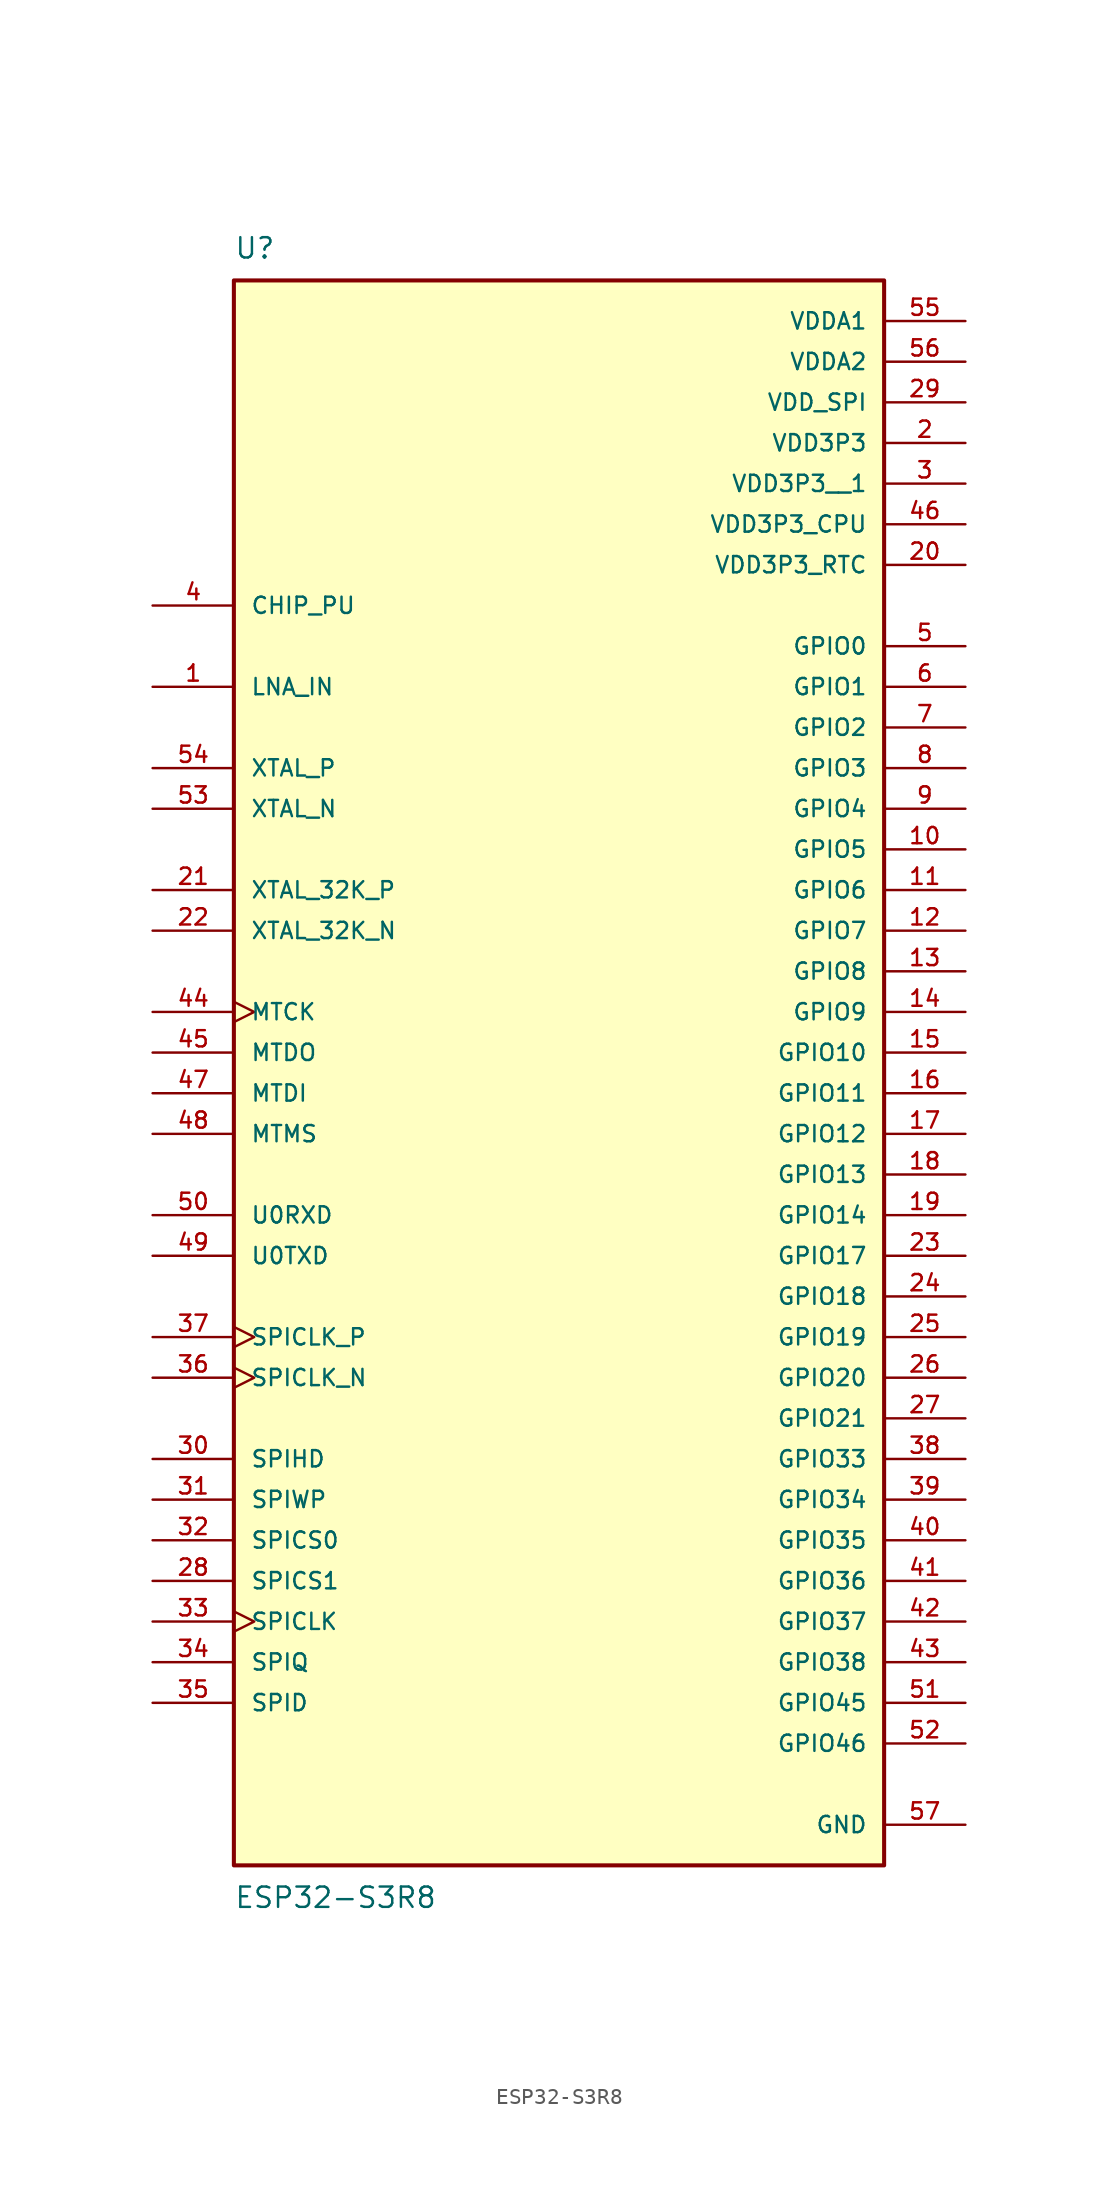
<source format=kicad_sym>
(kicad_symbol_lib
  (version 20211014)
  (generator kicad_symbol_editor)
  (symbol "ESP32-S3R8"
    (pin_names
      (offset 1.016))
    (property "Reference" "U"
      (at -20.32 49.53 0)
      (effects (font (size 1.27 1.27)) (justify bottom left)))
    (property "Value" "ESP32-S3R8"
      (at -20.32 -52.07 0)
      (effects (font (size 1.27 1.27)) (justify top left)))
    (symbol "ESP32-S3R8_0_0"
      (rectangle (start -20.32 -50.8) (end 20.32 48.26) (stroke (width 0.254)) (fill (type background)))
      (pin power_in line (at 25.4 40.64 180.0) (length 5.08) (name "VDD_SPI" (effects (font (size 1.016 1.016)))) (number "29" (effects (font (size 1.016 1.016)))))
      (pin power_in line (at 25.4 38.1 180.0) (length 5.08) (name "VDD3P3" (effects (font (size 1.016 1.016)))) (number "2" (effects (font (size 1.016 1.016)))))
      (pin power_in line (at 25.4 33.02 180.0) (length 5.08) (name "VDD3P3_CPU" (effects (font (size 1.016 1.016)))) (number "46" (effects (font (size 1.016 1.016)))))
      (pin power_in line (at 25.4 30.48 180.0) (length 5.08) (name "VDD3P3_RTC" (effects (font (size 1.016 1.016)))) (number "20" (effects (font (size 1.016 1.016)))))
      (pin power_in line (at 25.4 45.72 180.0) (length 5.08) (name "VDDA1" (effects (font (size 1.016 1.016)))) (number "55" (effects (font (size 1.016 1.016)))))
      (pin power_in line (at 25.4 43.18 180.0) (length 5.08) (name "VDDA2" (effects (font (size 1.016 1.016)))) (number "56" (effects (font (size 1.016 1.016)))))
      (pin input line (at -25.4 27.94 0) (length 5.08) (name "CHIP_PU" (effects (font (size 1.016 1.016)))) (number "4" (effects (font (size 1.016 1.016)))))
      (pin input line (at -25.4 17.78 0) (length 5.08) (name "XTAL_P" (effects (font (size 1.016 1.016)))) (number "54" (effects (font (size 1.016 1.016)))))
      (pin bidirectional line (at 25.4 25.4 180.0) (length 5.08) (name "GPIO0" (effects (font (size 1.016 1.016)))) (number "5" (effects (font (size 1.016 1.016)))))
      (pin bidirectional line (at 25.4 22.86 180.0) (length 5.08) (name "GPIO1" (effects (font (size 1.016 1.016)))) (number "6" (effects (font (size 1.016 1.016)))))
      (pin bidirectional line (at 25.4 0.0 180.0) (length 5.08) (name "GPIO10" (effects (font (size 1.016 1.016)))) (number "15" (effects (font (size 1.016 1.016)))))
      (pin bidirectional line (at 25.4 -2.54 180.0) (length 5.08) (name "GPIO11" (effects (font (size 1.016 1.016)))) (number "16" (effects (font (size 1.016 1.016)))))
      (pin bidirectional line (at 25.4 -5.08 180.0) (length 5.08) (name "GPIO12" (effects (font (size 1.016 1.016)))) (number "17" (effects (font (size 1.016 1.016)))))
      (pin bidirectional line (at 25.4 -7.62 180.0) (length 5.08) (name "GPIO13" (effects (font (size 1.016 1.016)))) (number "18" (effects (font (size 1.016 1.016)))))
      (pin bidirectional line (at 25.4 -10.16 180.0) (length 5.08) (name "GPIO14" (effects (font (size 1.016 1.016)))) (number "19" (effects (font (size 1.016 1.016)))))
      (pin bidirectional line (at 25.4 -12.7 180.0) (length 5.08) (name "GPIO17" (effects (font (size 1.016 1.016)))) (number "23" (effects (font (size 1.016 1.016)))))
      (pin bidirectional line (at 25.4 -15.24 180.0) (length 5.08) (name "GPIO18" (effects (font (size 1.016 1.016)))) (number "24" (effects (font (size 1.016 1.016)))))
      (pin bidirectional line (at 25.4 -17.78 180.0) (length 5.08) (name "GPIO19" (effects (font (size 1.016 1.016)))) (number "25" (effects (font (size 1.016 1.016)))))
      (pin bidirectional line (at 25.4 20.32 180.0) (length 5.08) (name "GPIO2" (effects (font (size 1.016 1.016)))) (number "7" (effects (font (size 1.016 1.016)))))
      (pin bidirectional line (at 25.4 -20.32 180.0) (length 5.08) (name "GPIO20" (effects (font (size 1.016 1.016)))) (number "26" (effects (font (size 1.016 1.016)))))
      (pin bidirectional line (at 25.4 -22.86 180.0) (length 5.08) (name "GPIO21" (effects (font (size 1.016 1.016)))) (number "27" (effects (font (size 1.016 1.016)))))
      (pin bidirectional line (at 25.4 17.78 180.0) (length 5.08) (name "GPIO3" (effects (font (size 1.016 1.016)))) (number "8" (effects (font (size 1.016 1.016)))))
      (pin bidirectional line (at 25.4 -25.4 180.0) (length 5.08) (name "GPIO33" (effects (font (size 1.016 1.016)))) (number "38" (effects (font (size 1.016 1.016)))))
      (pin bidirectional line (at 25.4 -27.94 180.0) (length 5.08) (name "GPIO34" (effects (font (size 1.016 1.016)))) (number "39" (effects (font (size 1.016 1.016)))))
      (pin bidirectional line (at 25.4 -30.48 180.0) (length 5.08) (name "GPIO35" (effects (font (size 1.016 1.016)))) (number "40" (effects (font (size 1.016 1.016)))))
      (pin bidirectional line (at 25.4 -33.02 180.0) (length 5.08) (name "GPIO36" (effects (font (size 1.016 1.016)))) (number "41" (effects (font (size 1.016 1.016)))))
      (pin bidirectional line (at 25.4 -35.56 180.0) (length 5.08) (name "GPIO37" (effects (font (size 1.016 1.016)))) (number "42" (effects (font (size 1.016 1.016)))))
      (pin bidirectional line (at 25.4 -38.1 180.0) (length 5.08) (name "GPIO38" (effects (font (size 1.016 1.016)))) (number "43" (effects (font (size 1.016 1.016)))))
      (pin bidirectional line (at 25.4 15.24 180.0) (length 5.08) (name "GPIO4" (effects (font (size 1.016 1.016)))) (number "9" (effects (font (size 1.016 1.016)))))
      (pin bidirectional line (at 25.4 -40.64 180.0) (length 5.08) (name "GPIO45" (effects (font (size 1.016 1.016)))) (number "51" (effects (font (size 1.016 1.016)))))
      (pin bidirectional line (at 25.4 -43.18 180.0) (length 5.08) (name "GPIO46" (effects (font (size 1.016 1.016)))) (number "52" (effects (font (size 1.016 1.016)))))
      (pin output line (at -25.4 15.24 0) (length 5.08) (name "XTAL_N" (effects (font (size 1.016 1.016)))) (number "53" (effects (font (size 1.016 1.016)))))
      (pin bidirectional line (at 25.4 12.7 180.0) (length 5.08) (name "GPIO5" (effects (font (size 1.016 1.016)))) (number "10" (effects (font (size 1.016 1.016)))))
      (pin bidirectional line (at 25.4 10.16 180.0) (length 5.08) (name "GPIO6" (effects (font (size 1.016 1.016)))) (number "11" (effects (font (size 1.016 1.016)))))
      (pin bidirectional line (at 25.4 7.62 180.0) (length 5.08) (name "GPIO7" (effects (font (size 1.016 1.016)))) (number "12" (effects (font (size 1.016 1.016)))))
      (pin bidirectional line (at 25.4 5.08 180.0) (length 5.08) (name "GPIO8" (effects (font (size 1.016 1.016)))) (number "13" (effects (font (size 1.016 1.016)))))
      (pin bidirectional line (at 25.4 2.54 180.0) (length 5.08) (name "GPIO9" (effects (font (size 1.016 1.016)))) (number "14" (effects (font (size 1.016 1.016)))))
      (pin bidirectional line (at -25.4 22.86 0) (length 5.08) (name "LNA_IN" (effects (font (size 1.016 1.016)))) (number "1" (effects (font (size 1.016 1.016)))))
      (pin bidirectional clock (at -25.4 2.54 0) (length 5.08) (name "MTCK" (effects (font (size 1.016 1.016)))) (number "44" (effects (font (size 1.016 1.016)))))
      (pin bidirectional line (at -25.4 -2.54 0) (length 5.08) (name "MTDI" (effects (font (size 1.016 1.016)))) (number "47" (effects (font (size 1.016 1.016)))))
      (pin bidirectional line (at -25.4 0.0 0) (length 5.08) (name "MTDO" (effects (font (size 1.016 1.016)))) (number "45" (effects (font (size 1.016 1.016)))))
      (pin bidirectional line (at -25.4 -5.08 0) (length 5.08) (name "MTMS" (effects (font (size 1.016 1.016)))) (number "48" (effects (font (size 1.016 1.016)))))
      (pin bidirectional clock (at -25.4 -35.56 0) (length 5.08) (name "SPICLK" (effects (font (size 1.016 1.016)))) (number "33" (effects (font (size 1.016 1.016)))))
      (pin bidirectional clock (at -25.4 -20.32 0) (length 5.08) (name "SPICLK_N" (effects (font (size 1.016 1.016)))) (number "36" (effects (font (size 1.016 1.016)))))
      (pin bidirectional clock (at -25.4 -17.78 0) (length 5.08) (name "SPICLK_P" (effects (font (size 1.016 1.016)))) (number "37" (effects (font (size 1.016 1.016)))))
      (pin bidirectional line (at -25.4 -30.48 0) (length 5.08) (name "SPICS0" (effects (font (size 1.016 1.016)))) (number "32" (effects (font (size 1.016 1.016)))))
      (pin bidirectional line (at -25.4 -33.02 0) (length 5.08) (name "SPICS1" (effects (font (size 1.016 1.016)))) (number "28" (effects (font (size 1.016 1.016)))))
      (pin bidirectional line (at -25.4 -40.64 0) (length 5.08) (name "SPID" (effects (font (size 1.016 1.016)))) (number "35" (effects (font (size 1.016 1.016)))))
      (pin bidirectional line (at -25.4 -25.4 0) (length 5.08) (name "SPIHD" (effects (font (size 1.016 1.016)))) (number "30" (effects (font (size 1.016 1.016)))))
      (pin bidirectional line (at -25.4 -38.1 0) (length 5.08) (name "SPIQ" (effects (font (size 1.016 1.016)))) (number "34" (effects (font (size 1.016 1.016)))))
      (pin bidirectional line (at -25.4 -27.94 0) (length 5.08) (name "SPIWP" (effects (font (size 1.016 1.016)))) (number "31" (effects (font (size 1.016 1.016)))))
      (pin bidirectional line (at -25.4 -10.16 0) (length 5.08) (name "U0RXD" (effects (font (size 1.016 1.016)))) (number "50" (effects (font (size 1.016 1.016)))))
      (pin bidirectional line (at -25.4 -12.7 0) (length 5.08) (name "U0TXD" (effects (font (size 1.016 1.016)))) (number "49" (effects (font (size 1.016 1.016)))))
      (pin bidirectional line (at -25.4 7.62 0) (length 5.08) (name "XTAL_32K_N" (effects (font (size 1.016 1.016)))) (number "22" (effects (font (size 1.016 1.016)))))
      (pin bidirectional line (at -25.4 10.16 0) (length 5.08) (name "XTAL_32K_P" (effects (font (size 1.016 1.016)))) (number "21" (effects (font (size 1.016 1.016)))))
      (pin power_in line (at 25.4 -48.26 180.0) (length 5.08) (name "GND" (effects (font (size 1.016 1.016)))) (number "57" (effects (font (size 1.016 1.016)))))
      (pin power_in line (at 25.4 35.56 180.0) (length 5.08) (name "VDD3P3__1" (effects (font (size 1.016 1.016)))) (number "3" (effects (font (size 1.016 1.016))))))))
</source>
